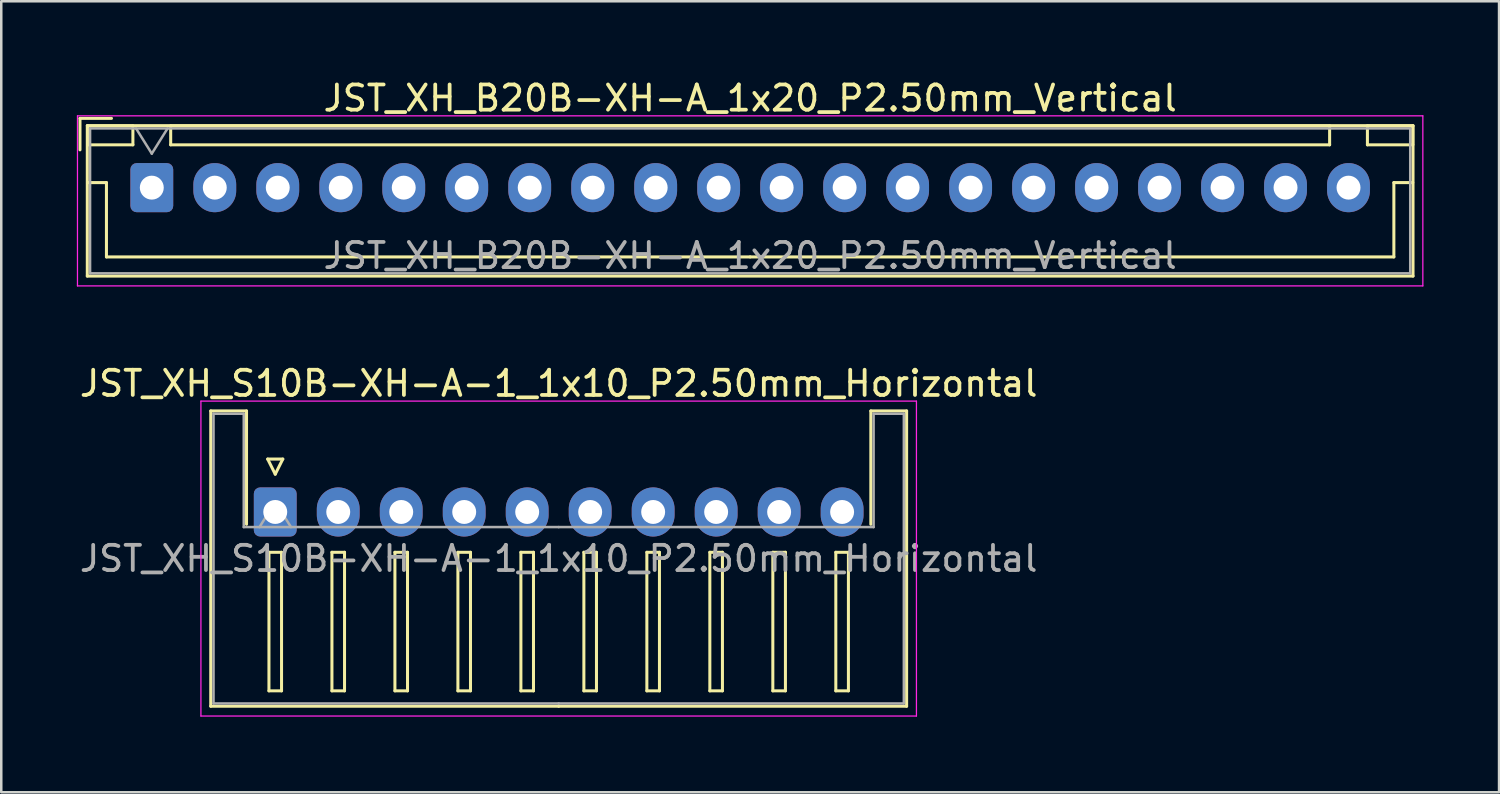
<source format=kicad_pcb>
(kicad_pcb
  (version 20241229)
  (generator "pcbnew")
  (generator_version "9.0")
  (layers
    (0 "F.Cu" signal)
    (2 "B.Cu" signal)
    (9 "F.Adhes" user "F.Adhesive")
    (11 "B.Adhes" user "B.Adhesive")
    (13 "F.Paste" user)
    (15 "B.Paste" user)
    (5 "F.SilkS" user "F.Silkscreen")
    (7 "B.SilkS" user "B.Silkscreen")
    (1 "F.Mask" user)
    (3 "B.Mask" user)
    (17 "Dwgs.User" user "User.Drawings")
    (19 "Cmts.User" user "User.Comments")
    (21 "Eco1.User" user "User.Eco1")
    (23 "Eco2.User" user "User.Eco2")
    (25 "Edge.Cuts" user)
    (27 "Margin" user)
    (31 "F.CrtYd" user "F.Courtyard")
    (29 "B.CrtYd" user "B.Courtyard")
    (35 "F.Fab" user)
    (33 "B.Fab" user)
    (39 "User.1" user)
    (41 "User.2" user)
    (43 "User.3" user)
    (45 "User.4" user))
  (footprint "JST_XH_B20B-XH-A_1x20_P2.50mm_Vertical"
    (layer "F.Cu")
    (at 2.975 4.398)
    (property "Reference" "JST_XH_B20B-XH-A_1x20_P2.50mm_Vertical" (at 23.75 -3.55 0) (layer "F.SilkS") (effects (font (size 1 1) (thickness 0.15))))
    (attr through_hole)
    (fp_line (start -2.85 -2.75) (end -2.85 -1.5) (stroke (width 0.12) (type solid)) (layer "F.SilkS"))
    (fp_line (start -2.56 -2.46) (end -2.56 3.51) (stroke (width 0.12) (type solid)) (layer "F.SilkS"))
    (fp_line (start -2.56 3.51) (end 50.06 3.51) (stroke (width 0.12) (type solid)) (layer "F.SilkS"))
    (fp_line (start -2.55 -2.45) (end -2.55 -1.7) (stroke (width 0.12) (type solid)) (layer "F.SilkS"))
    (fp_line (start -2.55 -1.7) (end -0.75 -1.7) (stroke (width 0.12) (type solid)) (layer "F.SilkS"))
    (fp_line (start -2.55 -0.2) (end -1.8 -0.2) (stroke (width 0.12) (type solid)) (layer "F.SilkS"))
    (fp_line (start -1.8 -0.2) (end -1.8 2.75) (stroke (width 0.12) (type solid)) (layer "F.SilkS"))
    (fp_line (start -1.8 2.75) (end 23.75 2.75) (stroke (width 0.12) (type solid)) (layer "F.SilkS"))
    (fp_line (start -1.6 -2.75) (end -2.85 -2.75) (stroke (width 0.12) (type solid)) (layer "F.SilkS"))
    (fp_line (start -0.75 -2.45) (end -2.55 -2.45) (stroke (width 0.12) (type solid)) (layer "F.SilkS"))
    (fp_line (start -0.75 -1.7) (end -0.75 -2.45) (stroke (width 0.12) (type solid)) (layer "F.SilkS"))
    (fp_line (start 0.75 -2.45) (end 0.75 -1.7) (stroke (width 0.12) (type solid)) (layer "F.SilkS"))
    (fp_line (start 0.75 -1.7) (end 46.75 -1.7) (stroke (width 0.12) (type solid)) (layer "F.SilkS"))
    (fp_line (start 46.75 -2.45) (end 0.75 -2.45) (stroke (width 0.12) (type solid)) (layer "F.SilkS"))
    (fp_line (start 46.75 -1.7) (end 46.75 -2.45) (stroke (width 0.12) (type solid)) (layer "F.SilkS"))
    (fp_line (start 48.25 -2.45) (end 48.25 -1.7) (stroke (width 0.12) (type solid)) (layer "F.SilkS"))
    (fp_line (start 48.25 -1.7) (end 50.05 -1.7) (stroke (width 0.12) (type solid)) (layer "F.SilkS"))
    (fp_line (start 49.3 -0.2) (end 49.3 2.75) (stroke (width 0.12) (type solid)) (layer "F.SilkS"))
    (fp_line (start 49.3 2.75) (end 23.75 2.75) (stroke (width 0.12) (type solid)) (layer "F.SilkS"))
    (fp_line (start 50.05 -2.45) (end 48.25 -2.45) (stroke (width 0.12) (type solid)) (layer "F.SilkS"))
    (fp_line (start 50.05 -1.7) (end 50.05 -2.45) (stroke (width 0.12) (type solid)) (layer "F.SilkS"))
    (fp_line (start 50.05 -0.2) (end 49.3 -0.2) (stroke (width 0.12) (type solid)) (layer "F.SilkS"))
    (fp_line (start 50.06 -2.46) (end -2.56 -2.46) (stroke (width 0.12) (type solid)) (layer "F.SilkS"))
    (fp_line (start 50.06 3.51) (end 50.06 -2.46) (stroke (width 0.12) (type solid)) (layer "F.SilkS"))
    (fp_line (start -2.95 -2.85) (end -2.95 3.9) (stroke (width 0.05) (type solid)) (layer "F.CrtYd"))
    (fp_line (start -2.95 3.9) (end 50.45 3.9) (stroke (width 0.05) (type solid)) (layer "F.CrtYd"))
    (fp_line (start 50.45 -2.85) (end -2.95 -2.85) (stroke (width 0.05) (type solid)) (layer "F.CrtYd"))
    (fp_line (start 50.45 3.9) (end 50.45 -2.85) (stroke (width 0.05) (type solid)) (layer "F.CrtYd"))
    (fp_line (start -2.45 -2.35) (end -2.45 3.4) (stroke (width 0.1) (type solid)) (layer "F.Fab"))
    (fp_line (start -2.45 3.4) (end 49.95 3.4) (stroke (width 0.1) (type solid)) (layer "F.Fab"))
    (fp_line (start -0.625 -2.35) (end 0 -1.35) (stroke (width 0.1) (type solid)) (layer "F.Fab"))
    (fp_line (start 0 -1.35) (end 0.625 -2.35) (stroke (width 0.1) (type solid)) (layer "F.Fab"))
    (fp_line (start 49.95 -2.35) (end -2.45 -2.35) (stroke (width 0.1) (type solid)) (layer "F.Fab"))
    (fp_line (start 49.95 3.4) (end 49.95 -2.35) (stroke (width 0.1) (type solid)) (layer "F.Fab"))
    (fp_text user "${REFERENCE}" (at 23.75 2.7 0) (layer "F.Fab") (effects (font (size 1 1) (thickness 0.15))))
    (pad "1" thru_hole roundrect (at 0 0) (size 1.7 1.95) (drill 0.95) (layers "*.Cu" "*.Mask") (roundrect_rratio 0.147))
    (pad "2" thru_hole oval (at 2.5 0) (size 1.7 1.95) (drill 0.95) (layers "*.Cu" "*.Mask"))
    (pad "3" thru_hole oval (at 5 0) (size 1.7 1.95) (drill 0.95) (layers "*.Cu" "*.Mask"))
    (pad "4" thru_hole oval (at 7.5 0) (size 1.7 1.95) (drill 0.95) (layers "*.Cu" "*.Mask"))
    (pad "5" thru_hole oval (at 10 0) (size 1.7 1.95) (drill 0.95) (layers "*.Cu" "*.Mask"))
    (pad "6" thru_hole oval (at 12.5 0) (size 1.7 1.95) (drill 0.95) (layers "*.Cu" "*.Mask"))
    (pad "7" thru_hole oval (at 15 0) (size 1.7 1.95) (drill 0.95) (layers "*.Cu" "*.Mask"))
    (pad "8" thru_hole oval (at 17.5 0) (size 1.7 1.95) (drill 0.95) (layers "*.Cu" "*.Mask"))
    (pad "9" thru_hole oval (at 20 0) (size 1.7 1.95) (drill 0.95) (layers "*.Cu" "*.Mask"))
    (pad "10" thru_hole oval (at 22.5 0) (size 1.7 1.95) (drill 0.95) (layers "*.Cu" "*.Mask"))
    (pad "11" thru_hole oval (at 25 0) (size 1.7 1.95) (drill 0.95) (layers "*.Cu" "*.Mask"))
    (pad "12" thru_hole oval (at 27.5 0) (size 1.7 1.95) (drill 0.95) (layers "*.Cu" "*.Mask"))
    (pad "13" thru_hole oval (at 30 0) (size 1.7 1.95) (drill 0.95) (layers "*.Cu" "*.Mask"))
    (pad "14" thru_hole oval (at 32.5 0) (size 1.7 1.95) (drill 0.95) (layers "*.Cu" "*.Mask"))
    (pad "15" thru_hole oval (at 35 0) (size 1.7 1.95) (drill 0.95) (layers "*.Cu" "*.Mask"))
    (pad "16" thru_hole oval (at 37.5 0) (size 1.7 1.95) (drill 0.95) (layers "*.Cu" "*.Mask"))
    (pad "17" thru_hole oval (at 40 0) (size 1.7 1.95) (drill 0.95) (layers "*.Cu" "*.Mask"))
    (pad "18" thru_hole oval (at 42.5 0) (size 1.7 1.95) (drill 0.95) (layers "*.Cu" "*.Mask"))
    (pad "19" thru_hole oval (at 45 0) (size 1.7 1.95) (drill 0.95) (layers "*.Cu" "*.Mask"))
    (pad "20" thru_hole oval (at 47.5 0) (size 1.7 1.95) (drill 0.95) (layers "*.Cu" "*.Mask")))
  (footprint "JST_XH_S10B-XH-A-1_1x10_P2.50mm_Horizontal"
    (layer "F.Cu")
    (at 7.875 17.271)
    (property "Reference" "JST_XH_S10B-XH-A-1_1x10_P2.50mm_Horizontal" (at 11.25 -5.1 0) (layer "F.SilkS") (effects (font (size 1 1) (thickness 0.15))))
    (attr through_hole)
    (fp_line (start -2.56 -4.01) (end -1.14 -4.01) (stroke (width 0.12) (type solid)) (layer "F.SilkS"))
    (fp_line (start -2.56 7.71) (end -2.56 -4.01) (stroke (width 0.12) (type solid)) (layer "F.SilkS"))
    (fp_line (start -1.14 -4.01) (end -1.14 0.49) (stroke (width 0.12) (type solid)) (layer "F.SilkS"))
    (fp_line (start -0.3 -2.1) (end 0.3 -2.1) (stroke (width 0.12) (type solid)) (layer "F.SilkS"))
    (fp_line (start -0.25 1.6) (end -0.25 7.1) (stroke (width 0.12) (type solid)) (layer "F.SilkS"))
    (fp_line (start -0.25 7.1) (end 0.25 7.1) (stroke (width 0.12) (type solid)) (layer "F.SilkS"))
    (fp_line (start 0 -1.5) (end -0.3 -2.1) (stroke (width 0.12) (type solid)) (layer "F.SilkS"))
    (fp_line (start 0.25 1.6) (end -0.25 1.6) (stroke (width 0.12) (type solid)) (layer "F.SilkS"))
    (fp_line (start 0.25 7.1) (end 0.25 1.6) (stroke (width 0.12) (type solid)) (layer "F.SilkS"))
    (fp_line (start 0.3 -2.1) (end 0 -1.5) (stroke (width 0.12) (type solid)) (layer "F.SilkS"))
    (fp_line (start 2.25 1.6) (end 2.25 7.1) (stroke (width 0.12) (type solid)) (layer "F.SilkS"))
    (fp_line (start 2.25 7.1) (end 2.75 7.1) (stroke (width 0.12) (type solid)) (layer "F.SilkS"))
    (fp_line (start 2.75 1.6) (end 2.25 1.6) (stroke (width 0.12) (type solid)) (layer "F.SilkS"))
    (fp_line (start 2.75 7.1) (end 2.75 1.6) (stroke (width 0.12) (type solid)) (layer "F.SilkS"))
    (fp_line (start 4.75 1.6) (end 4.75 7.1) (stroke (width 0.12) (type solid)) (layer "F.SilkS"))
    (fp_line (start 4.75 7.1) (end 5.25 7.1) (stroke (width 0.12) (type solid)) (layer "F.SilkS"))
    (fp_line (start 5.25 1.6) (end 4.75 1.6) (stroke (width 0.12) (type solid)) (layer "F.SilkS"))
    (fp_line (start 5.25 7.1) (end 5.25 1.6) (stroke (width 0.12) (type solid)) (layer "F.SilkS"))
    (fp_line (start 7.25 1.6) (end 7.25 7.1) (stroke (width 0.12) (type solid)) (layer "F.SilkS"))
    (fp_line (start 7.25 7.1) (end 7.75 7.1) (stroke (width 0.12) (type solid)) (layer "F.SilkS"))
    (fp_line (start 7.75 1.6) (end 7.25 1.6) (stroke (width 0.12) (type solid)) (layer "F.SilkS"))
    (fp_line (start 7.75 7.1) (end 7.75 1.6) (stroke (width 0.12) (type solid)) (layer "F.SilkS"))
    (fp_line (start 9.75 1.6) (end 9.75 7.1) (stroke (width 0.12) (type solid)) (layer "F.SilkS"))
    (fp_line (start 9.75 7.1) (end 10.25 7.1) (stroke (width 0.12) (type solid)) (layer "F.SilkS"))
    (fp_line (start 10.25 1.6) (end 9.75 1.6) (stroke (width 0.12) (type solid)) (layer "F.SilkS"))
    (fp_line (start 10.25 7.1) (end 10.25 1.6) (stroke (width 0.12) (type solid)) (layer "F.SilkS"))
    (fp_line (start 11.25 7.71) (end -2.56 7.71) (stroke (width 0.12) (type solid)) (layer "F.SilkS"))
    (fp_line (start 11.25 7.71) (end 25.06 7.71) (stroke (width 0.12) (type solid)) (layer "F.SilkS"))
    (fp_line (start 12.25 1.6) (end 12.25 7.1) (stroke (width 0.12) (type solid)) (layer "F.SilkS"))
    (fp_line (start 12.25 7.1) (end 12.75 7.1) (stroke (width 0.12) (type solid)) (layer "F.SilkS"))
    (fp_line (start 12.75 1.6) (end 12.25 1.6) (stroke (width 0.12) (type solid)) (layer "F.SilkS"))
    (fp_line (start 12.75 7.1) (end 12.75 1.6) (stroke (width 0.12) (type solid)) (layer "F.SilkS"))
    (fp_line (start 14.75 1.6) (end 14.75 7.1) (stroke (width 0.12) (type solid)) (layer "F.SilkS"))
    (fp_line (start 14.75 7.1) (end 15.25 7.1) (stroke (width 0.12) (type solid)) (layer "F.SilkS"))
    (fp_line (start 15.25 1.6) (end 14.75 1.6) (stroke (width 0.12) (type solid)) (layer "F.SilkS"))
    (fp_line (start 15.25 7.1) (end 15.25 1.6) (stroke (width 0.12) (type solid)) (layer "F.SilkS"))
    (fp_line (start 17.25 1.6) (end 17.25 7.1) (stroke (width 0.12) (type solid)) (layer "F.SilkS"))
    (fp_line (start 17.25 7.1) (end 17.75 7.1) (stroke (width 0.12) (type solid)) (layer "F.SilkS"))
    (fp_line (start 17.75 1.6) (end 17.25 1.6) (stroke (width 0.12) (type solid)) (layer "F.SilkS"))
    (fp_line (start 17.75 7.1) (end 17.75 1.6) (stroke (width 0.12) (type solid)) (layer "F.SilkS"))
    (fp_line (start 19.75 1.6) (end 19.75 7.1) (stroke (width 0.12) (type solid)) (layer "F.SilkS"))
    (fp_line (start 19.75 7.1) (end 20.25 7.1) (stroke (width 0.12) (type solid)) (layer "F.SilkS"))
    (fp_line (start 20.25 1.6) (end 19.75 1.6) (stroke (width 0.12) (type solid)) (layer "F.SilkS"))
    (fp_line (start 20.25 7.1) (end 20.25 1.6) (stroke (width 0.12) (type solid)) (layer "F.SilkS"))
    (fp_line (start 22.25 1.6) (end 22.25 7.1) (stroke (width 0.12) (type solid)) (layer "F.SilkS"))
    (fp_line (start 22.25 7.1) (end 22.75 7.1) (stroke (width 0.12) (type solid)) (layer "F.SilkS"))
    (fp_line (start 22.75 1.6) (end 22.25 1.6) (stroke (width 0.12) (type solid)) (layer "F.SilkS"))
    (fp_line (start 22.75 7.1) (end 22.75 1.6) (stroke (width 0.12) (type solid)) (layer "F.SilkS"))
    (fp_line (start 23.64 -4.01) (end 23.64 0.49) (stroke (width 0.12) (type solid)) (layer "F.SilkS"))
    (fp_line (start 25.06 -4.01) (end 23.64 -4.01) (stroke (width 0.12) (type solid)) (layer "F.SilkS"))
    (fp_line (start 25.06 7.71) (end 25.06 -4.01) (stroke (width 0.12) (type solid)) (layer "F.SilkS"))
    (fp_line (start -2.95 -4.4) (end -2.95 8.1) (stroke (width 0.05) (type solid)) (layer "F.CrtYd"))
    (fp_line (start -2.95 8.1) (end 25.45 8.1) (stroke (width 0.05) (type solid)) (layer "F.CrtYd"))
    (fp_line (start 25.45 -4.4) (end -2.95 -4.4) (stroke (width 0.05) (type solid)) (layer "F.CrtYd"))
    (fp_line (start 25.45 8.1) (end 25.45 -4.4) (stroke (width 0.05) (type solid)) (layer "F.CrtYd"))
    (fp_line (start -2.45 -3.9) (end -1.25 -3.9) (stroke (width 0.1) (type solid)) (layer "F.Fab"))
    (fp_line (start -2.45 7.6) (end -2.45 -3.9) (stroke (width 0.1) (type solid)) (layer "F.Fab"))
    (fp_line (start -1.25 -3.9) (end -1.25 0.6) (stroke (width 0.1) (type solid)) (layer "F.Fab"))
    (fp_line (start -1.25 0.6) (end 11.25 0.6) (stroke (width 0.1) (type solid)) (layer "F.Fab"))
    (fp_line (start -0.625 0.6) (end 0 -0.4) (stroke (width 0.1) (type solid)) (layer "F.Fab"))
    (fp_line (start 0 -0.4) (end 0.625 0.6) (stroke (width 0.1) (type solid)) (layer "F.Fab"))
    (fp_line (start 11.25 7.6) (end -2.45 7.6) (stroke (width 0.1) (type solid)) (layer "F.Fab"))
    (fp_line (start 11.25 7.6) (end 24.95 7.6) (stroke (width 0.1) (type solid)) (layer "F.Fab"))
    (fp_line (start 23.75 -3.9) (end 23.75 0.6) (stroke (width 0.1) (type solid)) (layer "F.Fab"))
    (fp_line (start 23.75 0.6) (end 11.25 0.6) (stroke (width 0.1) (type solid)) (layer "F.Fab"))
    (fp_line (start 24.95 -3.9) (end 23.75 -3.9) (stroke (width 0.1) (type solid)) (layer "F.Fab"))
    (fp_line (start 24.95 7.6) (end 24.95 -3.9) (stroke (width 0.1) (type solid)) (layer "F.Fab"))
    (fp_text user "${REFERENCE}" (at 11.25 1.85 0) (layer "F.Fab") (effects (font (size 1 1) (thickness 0.15))))
    (pad "1" thru_hole roundrect (at 0 0) (size 1.7 1.95) (drill 0.95) (layers "*.Cu" "*.Mask") (roundrect_rratio 0.147))
    (pad "2" thru_hole oval (at 2.5 0) (size 1.7 1.95) (drill 0.95) (layers "*.Cu" "*.Mask"))
    (pad "3" thru_hole oval (at 5 0) (size 1.7 1.95) (drill 0.95) (layers "*.Cu" "*.Mask"))
    (pad "4" thru_hole oval (at 7.5 0) (size 1.7 1.95) (drill 0.95) (layers "*.Cu" "*.Mask"))
    (pad "5" thru_hole oval (at 10 0) (size 1.7 1.95) (drill 0.95) (layers "*.Cu" "*.Mask"))
    (pad "6" thru_hole oval (at 12.5 0) (size 1.7 1.95) (drill 0.95) (layers "*.Cu" "*.Mask"))
    (pad "7" thru_hole oval (at 15 0) (size 1.7 1.95) (drill 0.95) (layers "*.Cu" "*.Mask"))
    (pad "8" thru_hole oval (at 17.5 0) (size 1.7 1.95) (drill 0.95) (layers "*.Cu" "*.Mask"))
    (pad "9" thru_hole oval (at 20 0) (size 1.7 1.95) (drill 0.95) (layers "*.Cu" "*.Mask"))
    (pad "10" thru_hole oval (at 22.5 0) (size 1.7 1.95) (drill 0.95) (layers "*.Cu" "*.Mask")))
  (gr_rect
    (start -3 -3)
    (end 56.45 28.396)
    (stroke (width 0.1) (type default))
    (fill no)
    (layer "Edge.Cuts")))
</source>
